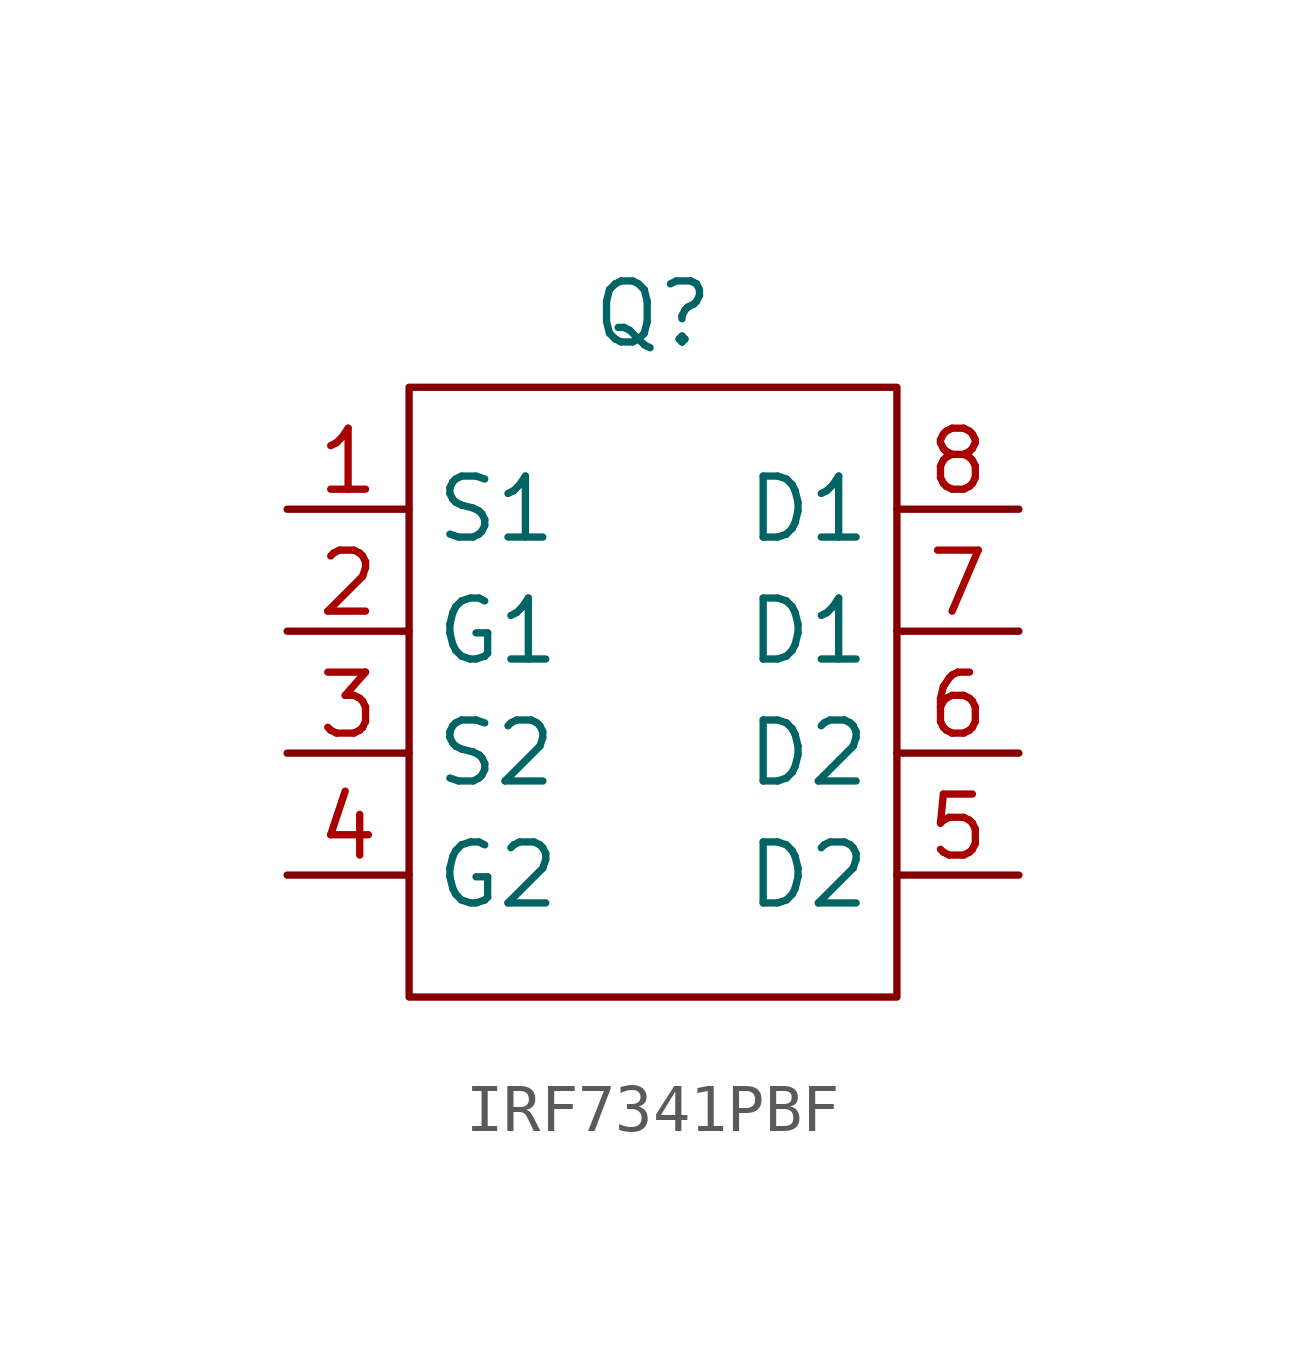
<source format=kicad_sym>
(kicad_symbol_lib
  (version 20231120)
  (generator "kicad_symbol_editor")
  (generator_version "8.0")
  (symbol "IRF7341PBF"
    (property "Reference" "Q"
      (at 0 7.874 0)
      (effects (font (size 1.27 1.27))))
    (property "Value" ""
      (at 0 0 0)
      (effects (font (size 1.27 1.27))))
    (symbol "IRF7341PBF_0_1"
      (rectangle (start -5.08 6.35) (end 5.08 -6.35) (stroke (width 0) (type default)) (fill (type none))))
    (symbol "IRF7341PBF_1_1"
      (pin unspecified line (at -7.62 3.81 0) (length 2.54) (name "S1" (effects (font (size 1.27 1.27)))) (number "1" (effects (font (size 1.27 1.27)))))
      (pin unspecified line (at -7.62 1.27 0) (length 2.54) (name "G1" (effects (font (size 1.27 1.27)))) (number "2" (effects (font (size 1.27 1.27)))))
      (pin unspecified line (at -7.62 -1.27 0) (length 2.54) (name "S2" (effects (font (size 1.27 1.27)))) (number "3" (effects (font (size 1.27 1.27)))))
      (pin unspecified line (at -7.62 -3.81 0) (length 2.54) (name "G2" (effects (font (size 1.27 1.27)))) (number "4" (effects (font (size 1.27 1.27)))))
      (pin unspecified line (at 7.62 -3.81 180) (length 2.54) (name "D2" (effects (font (size 1.27 1.27)))) (number "5" (effects (font (size 1.27 1.27)))))
      (pin unspecified line (at 7.62 -1.27 180) (length 2.54) (name "D2" (effects (font (size 1.27 1.27)))) (number "6" (effects (font (size 1.27 1.27)))))
      (pin unspecified line (at 7.62 1.27 180) (length 2.54) (name "D1" (effects (font (size 1.27 1.27)))) (number "7" (effects (font (size 1.27 1.27)))))
      (pin unspecified line (at 7.62 3.81 180) (length 2.54) (name "D1" (effects (font (size 1.27 1.27)))) (number "8" (effects (font (size 1.27 1.27))))))))
</source>
